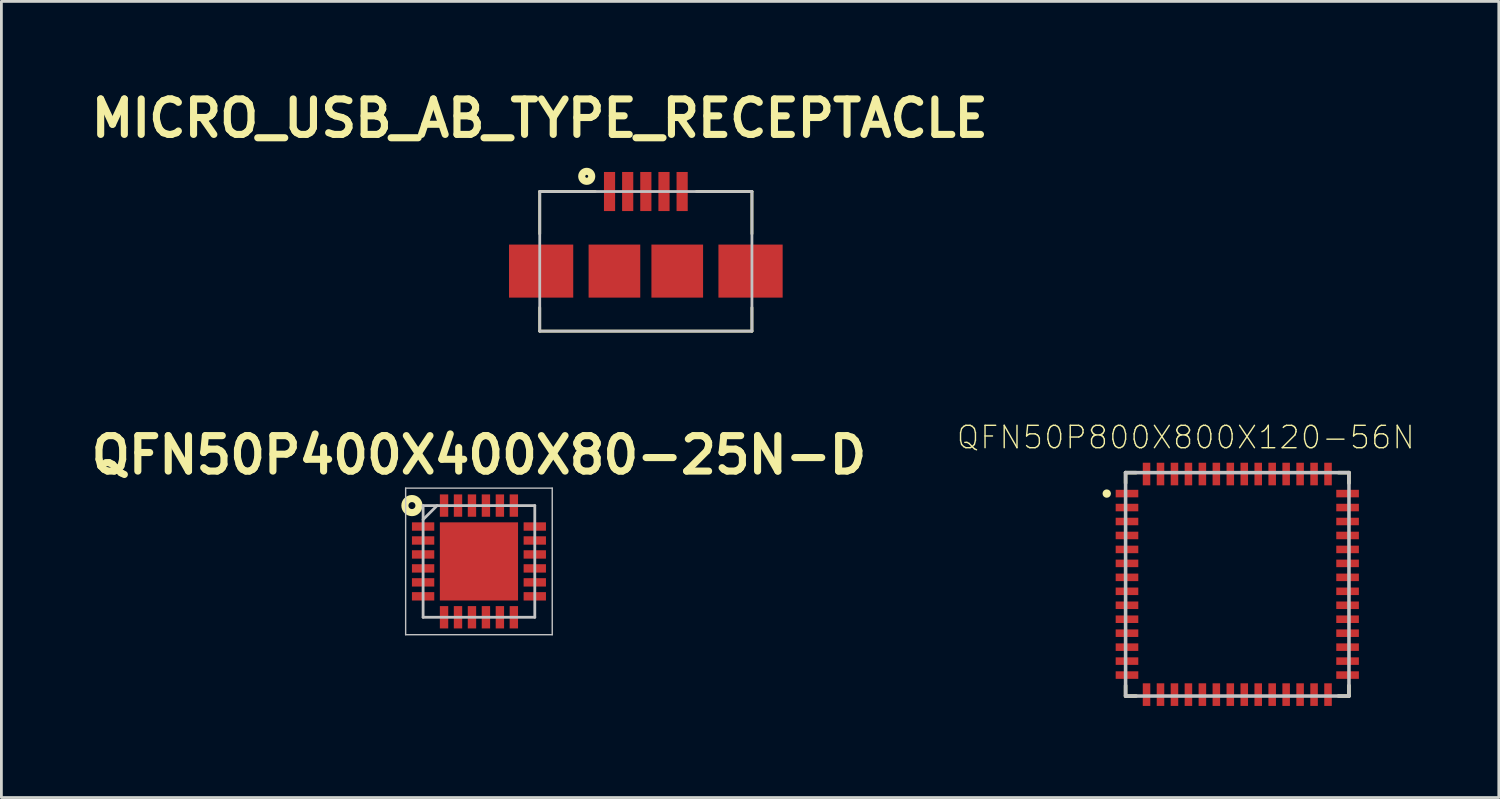
<source format=kicad_pcb>
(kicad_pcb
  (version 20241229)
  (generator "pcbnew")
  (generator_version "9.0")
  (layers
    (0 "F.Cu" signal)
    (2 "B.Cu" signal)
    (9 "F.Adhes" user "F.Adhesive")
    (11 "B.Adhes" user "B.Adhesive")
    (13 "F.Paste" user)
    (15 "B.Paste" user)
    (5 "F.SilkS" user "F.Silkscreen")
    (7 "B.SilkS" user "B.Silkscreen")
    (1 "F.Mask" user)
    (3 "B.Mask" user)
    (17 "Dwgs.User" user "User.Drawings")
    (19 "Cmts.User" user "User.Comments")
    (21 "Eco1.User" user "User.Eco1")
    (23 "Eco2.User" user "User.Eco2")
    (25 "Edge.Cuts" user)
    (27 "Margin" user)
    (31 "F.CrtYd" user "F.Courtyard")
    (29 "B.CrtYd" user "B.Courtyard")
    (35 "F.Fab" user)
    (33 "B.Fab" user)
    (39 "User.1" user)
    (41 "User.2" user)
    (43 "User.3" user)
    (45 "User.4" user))
  (footprint "MICRO_USB_AB_TYPE_RECEPTACLE"
    (layer "F.Cu")
    (at 16.28 8.809)
    (property "Reference" "MICRO_USB_AB_TYPE_RECEPTACLE" (at 0 -7.62 0) (layer "F.SilkS") (effects (font (size 1.27 1.27) (thickness 0.254))))
    (attr smd)
    (fp_line (start 0 -5) (end 0 -3.486) (stroke (width 0.1) (type solid)) (layer "F.SilkS"))
    (fp_line (start 0 -5) (end 1.988 -5) (stroke (width 0.1) (type solid)) (layer "F.SilkS"))
    (fp_line (start 0 0) (end 0 -0.842) (stroke (width 0.1) (type solid)) (layer "F.SilkS"))
    (fp_line (start 0 0) (end 7.6 0) (stroke (width 0.1) (type solid)) (layer "F.SilkS"))
    (fp_line (start 7.6 -5) (end 5.612 -5) (stroke (width 0.1) (type solid)) (layer "F.SilkS"))
    (fp_line (start 7.6 -5) (end 7.6 -3.486) (stroke (width 0.1) (type solid)) (layer "F.SilkS"))
    (fp_line (start 7.6 0) (end 7.6 -0.842) (stroke (width 0.1) (type solid)) (layer "F.SilkS"))
    (fp_circle (center 1.683 -5.544) (end 1.504 -5.544) (stroke (width 0.254) (type solid)) (fill no) (layer "F.SilkS"))
    (fp_line (start 0 -5) (end 7.6 -5) (stroke (width 0.1) (type solid)) (layer "Dwgs.User"))
    (fp_line (start 0 0) (end 0 -5) (stroke (width 0.1) (type solid)) (layer "Dwgs.User"))
    (fp_line (start 7.6 -5) (end 7.6 0) (stroke (width 0.1) (type solid)) (layer "Dwgs.User"))
    (fp_line (start 7.6 0) (end 0 0) (stroke (width 0.1) (type solid)) (layer "Dwgs.User"))
    (pad "1" smd rect (at 2.5 -5) (size 0.4 1.4) (layers "F.Cu" "F.Mask" "F.Paste"))
    (pad "2" smd rect (at 3.15 -5) (size 0.4 1.4) (layers "F.Cu" "F.Mask" "F.Paste"))
    (pad "3" smd rect (at 3.8 -5) (size 0.4 1.4) (layers "F.Cu" "F.Mask" "F.Paste"))
    (pad "4" smd rect (at 4.45 -5) (size 0.4 1.4) (layers "F.Cu" "F.Mask" "F.Paste"))
    (pad "5" smd rect (at 5.1 -5) (size 0.4 1.4) (layers "F.Cu" "F.Mask" "F.Paste"))
    (pad "6" smd rect (at 7.55 -2.15 90) (size 1.9 2.3) (layers "F.Cu" "F.Mask" "F.Paste"))
    (pad "7" smd rect (at 0.05 -2.15 90) (size 1.9 2.3) (layers "F.Cu" "F.Mask" "F.Paste"))
    (pad "8" smd rect (at 4.925 -2.15) (size 1.85 1.9) (layers "F.Cu" "F.Mask" "F.Paste"))
    (pad "9" smd rect (at 2.675 -2.15) (size 1.85 1.9) (layers "F.Cu" "F.Mask" "F.Paste")))
  (footprint "QFN50P400X400X80-25N-D"
    (layer "F.Cu")
    (at 14.103 17.057)
    (property "Reference" "QFN50P400X400X80-25N-D" (at 0 -3.81 0) (layer "F.SilkS") (effects (font (size 1.27 1.27) (thickness 0.254))))
    (attr smd)
    (fp_circle (center -2.4 -2) (end -2.275 -2) (stroke (width 0.254) (type solid)) (fill no) (layer "F.SilkS"))
    (fp_line (start -2.625 -2.625) (end 2.625 -2.625) (stroke (width 0.05) (type solid)) (layer "Dwgs.User"))
    (fp_line (start -2.625 2.625) (end -2.625 -2.625) (stroke (width 0.05) (type solid)) (layer "Dwgs.User"))
    (fp_line (start -2 -2) (end 2 -2) (stroke (width 0.1) (type solid)) (layer "Dwgs.User"))
    (fp_line (start -2 -1.5) (end -1.5 -2) (stroke (width 0.1) (type solid)) (layer "Dwgs.User"))
    (fp_line (start -2 2) (end -2 -2) (stroke (width 0.1) (type solid)) (layer "Dwgs.User"))
    (fp_line (start 2 -2) (end 2 2) (stroke (width 0.1) (type solid)) (layer "Dwgs.User"))
    (fp_line (start 2 2) (end -2 2) (stroke (width 0.1) (type solid)) (layer "Dwgs.User"))
    (fp_line (start 2.625 -2.625) (end 2.625 2.625) (stroke (width 0.05) (type solid)) (layer "Dwgs.User"))
    (fp_line (start 2.625 2.625) (end -2.625 2.625) (stroke (width 0.05) (type solid)) (layer "Dwgs.User"))
    (pad "1" smd rect (at -2 -1.25 90) (size 0.3 0.8) (layers "F.Cu" "F.Mask" "F.Paste"))
    (pad "2" smd rect (at -2 -0.75 90) (size 0.3 0.8) (layers "F.Cu" "F.Mask" "F.Paste"))
    (pad "3" smd rect (at -2 -0.25 90) (size 0.3 0.8) (layers "F.Cu" "F.Mask" "F.Paste"))
    (pad "4" smd rect (at -2 0.25 90) (size 0.3 0.8) (layers "F.Cu" "F.Mask" "F.Paste"))
    (pad "5" smd rect (at -2 0.75 90) (size 0.3 0.8) (layers "F.Cu" "F.Mask" "F.Paste"))
    (pad "6" smd rect (at -2 1.25 90) (size 0.3 0.8) (layers "F.Cu" "F.Mask" "F.Paste"))
    (pad "7" smd rect (at -1.25 2) (size 0.3 0.8) (layers "F.Cu" "F.Mask" "F.Paste"))
    (pad "8" smd rect (at -0.75 2) (size 0.3 0.8) (layers "F.Cu" "F.Mask" "F.Paste"))
    (pad "9" smd rect (at -0.25 2) (size 0.3 0.8) (layers "F.Cu" "F.Mask" "F.Paste"))
    (pad "10" smd rect (at 0.25 2) (size 0.3 0.8) (layers "F.Cu" "F.Mask" "F.Paste"))
    (pad "11" smd rect (at 0.75 2) (size 0.3 0.8) (layers "F.Cu" "F.Mask" "F.Paste"))
    (pad "12" smd rect (at 1.25 2) (size 0.3 0.8) (layers "F.Cu" "F.Mask" "F.Paste"))
    (pad "13" smd rect (at 2 1.25 90) (size 0.3 0.8) (layers "F.Cu" "F.Mask" "F.Paste"))
    (pad "14" smd rect (at 2 0.75 90) (size 0.3 0.8) (layers "F.Cu" "F.Mask" "F.Paste"))
    (pad "15" smd rect (at 2 0.25 90) (size 0.3 0.8) (layers "F.Cu" "F.Mask" "F.Paste"))
    (pad "16" smd rect (at 2 -0.25 90) (size 0.3 0.8) (layers "F.Cu" "F.Mask" "F.Paste"))
    (pad "17" smd rect (at 2 -0.75 90) (size 0.3 0.8) (layers "F.Cu" "F.Mask" "F.Paste"))
    (pad "18" smd rect (at 2 -1.25 90) (size 0.3 0.8) (layers "F.Cu" "F.Mask" "F.Paste"))
    (pad "19" smd rect (at 1.25 -2) (size 0.3 0.8) (layers "F.Cu" "F.Mask" "F.Paste"))
    (pad "20" smd rect (at 0.75 -2) (size 0.3 0.8) (layers "F.Cu" "F.Mask" "F.Paste"))
    (pad "21" smd rect (at 0.25 -2) (size 0.3 0.8) (layers "F.Cu" "F.Mask" "F.Paste"))
    (pad "22" smd rect (at -0.25 -2) (size 0.3 0.8) (layers "F.Cu" "F.Mask" "F.Paste"))
    (pad "23" smd rect (at -0.75 -2) (size 0.3 0.8) (layers "F.Cu" "F.Mask" "F.Paste"))
    (pad "24" smd rect (at -1.25 -2) (size 0.3 0.8) (layers "F.Cu" "F.Mask" "F.Paste"))
    (pad "25" smd rect (at 0 0) (size 2.8 2.8) (layers "F.Cu" "F.Mask" "F.Paste")))
  (footprint "QFN50P800X800X120-56N"
    (layer "F.Cu")
    (at 41.262 17.877)
    (property "Reference" "QFN50P800X800X120-56N" (at -1.844 -5.262 0) (layer "F.SilkS") (effects (font (size 0.801 0.801) (thickness 0.05))))
    (attr smd)
    (fp_line (start -4 -4) (end -3.625 -4) (stroke (width 0.127) (type solid)) (layer "F.SilkS"))
    (fp_line (start -4 -3.625) (end -4 -4) (stroke (width 0.127) (type solid)) (layer "F.SilkS"))
    (fp_line (start -4 3.625) (end -4 4) (stroke (width 0.127) (type solid)) (layer "F.SilkS"))
    (fp_line (start -4 4) (end -3.625 4) (stroke (width 0.127) (type solid)) (layer "F.SilkS"))
    (fp_line (start 3.625 -4) (end 4 -4) (stroke (width 0.127) (type solid)) (layer "F.SilkS"))
    (fp_line (start 3.625 4) (end 4 4) (stroke (width 0.127) (type solid)) (layer "F.SilkS"))
    (fp_line (start 4 -4) (end 4 -3.625) (stroke (width 0.127) (type solid)) (layer "F.SilkS"))
    (fp_line (start 4 4) (end 4 3.625) (stroke (width 0.127) (type solid)) (layer "F.SilkS"))
    (fp_circle (center -4.675 -3.25) (end -4.6 -3.25) (stroke (width 0.15) (type solid)) (fill no) (layer "F.SilkS"))
    (fp_line (start -4 -4) (end 4 -4) (stroke (width 0.127) (type solid)) (layer "Dwgs.User"))
    (fp_line (start -4 4) (end -4 -4) (stroke (width 0.127) (type solid)) (layer "Dwgs.User"))
    (fp_line (start 4 -4) (end 4 4) (stroke (width 0.127) (type solid)) (layer "Dwgs.User"))
    (fp_line (start 4 4) (end -4 4) (stroke (width 0.127) (type solid)) (layer "Dwgs.User"))
    (fp_line (start -4.61 -3.64) (end -4.61 3.64) (stroke (width 0.05) (type solid)) (layer "Eco1.User"))
    (fp_line (start -4.61 3.64) (end -4.25 3.64) (stroke (width 0.05) (type solid)) (layer "Eco1.User"))
    (fp_line (start -4.25 -4.25) (end -4.25 -3.64) (stroke (width 0.05) (type solid)) (layer "Eco1.User"))
    (fp_line (start -4.25 -3.64) (end -4.61 -3.64) (stroke (width 0.05) (type solid)) (layer "Eco1.User"))
    (fp_line (start -4.25 3.64) (end -4.25 4.25) (stroke (width 0.05) (type solid)) (layer "Eco1.User"))
    (fp_line (start -4.25 4.25) (end -3.64 4.25) (stroke (width 0.05) (type solid)) (layer "Eco1.User"))
    (fp_line (start -3.64 -4.61) (end -3.64 -4.25) (stroke (width 0.05) (type solid)) (layer "Eco1.User"))
    (fp_line (start -3.64 -4.25) (end -4.25 -4.25) (stroke (width 0.05) (type solid)) (layer "Eco1.User"))
    (fp_line (start -3.64 4.25) (end -3.64 4.61) (stroke (width 0.05) (type solid)) (layer "Eco1.User"))
    (fp_line (start -3.64 4.61) (end 3.64 4.61) (stroke (width 0.05) (type solid)) (layer "Eco1.User"))
    (fp_line (start 3.64 -4.61) (end -3.64 -4.61) (stroke (width 0.05) (type solid)) (layer "Eco1.User"))
    (fp_line (start 3.64 -4.25) (end 3.64 -4.61) (stroke (width 0.05) (type solid)) (layer "Eco1.User"))
    (fp_line (start 3.64 4.25) (end 4.25 4.25) (stroke (width 0.05) (type solid)) (layer "Eco1.User"))
    (fp_line (start 3.64 4.61) (end 3.64 4.25) (stroke (width 0.05) (type solid)) (layer "Eco1.User"))
    (fp_line (start 4.25 -4.25) (end 3.64 -4.25) (stroke (width 0.05) (type solid)) (layer "Eco1.User"))
    (fp_line (start 4.25 -3.64) (end 4.25 -4.25) (stroke (width 0.05) (type solid)) (layer "Eco1.User"))
    (fp_line (start 4.25 3.64) (end 4.61 3.64) (stroke (width 0.05) (type solid)) (layer "Eco1.User"))
    (fp_line (start 4.25 4.25) (end 4.25 3.64) (stroke (width 0.05) (type solid)) (layer "Eco1.User"))
    (fp_line (start 4.61 -3.64) (end 4.25 -3.64) (stroke (width 0.05) (type solid)) (layer "Eco1.User"))
    (fp_line (start 4.61 3.64) (end 4.61 -3.64) (stroke (width 0.05) (type solid)) (layer "Eco1.User"))
    (pad "1" smd rect (at -3.95 -3.25) (size 0.81 0.27) (layers "F.Cu" "F.Mask" "F.Paste"))
    (pad "2" smd rect (at -3.95 -2.75) (size 0.81 0.27) (layers "F.Cu" "F.Mask" "F.Paste"))
    (pad "3" smd rect (at -3.95 -2.25) (size 0.81 0.27) (layers "F.Cu" "F.Mask" "F.Paste"))
    (pad "4" smd rect (at -3.95 -1.75) (size 0.81 0.27) (layers "F.Cu" "F.Mask" "F.Paste"))
    (pad "5" smd rect (at -3.95 -1.25) (size 0.81 0.27) (layers "F.Cu" "F.Mask" "F.Paste"))
    (pad "6" smd rect (at -3.95 -0.75) (size 0.81 0.27) (layers "F.Cu" "F.Mask" "F.Paste"))
    (pad "7" smd rect (at -3.95 -0.25) (size 0.81 0.27) (layers "F.Cu" "F.Mask" "F.Paste"))
    (pad "8" smd rect (at -3.95 0.25) (size 0.81 0.27) (layers "F.Cu" "F.Mask" "F.Paste"))
    (pad "9" smd rect (at -3.95 0.75) (size 0.81 0.27) (layers "F.Cu" "F.Mask" "F.Paste"))
    (pad "10" smd rect (at -3.95 1.25) (size 0.81 0.27) (layers "F.Cu" "F.Mask" "F.Paste"))
    (pad "11" smd rect (at -3.95 1.75) (size 0.81 0.27) (layers "F.Cu" "F.Mask" "F.Paste"))
    (pad "12" smd rect (at -3.95 2.25) (size 0.81 0.27) (layers "F.Cu" "F.Mask" "F.Paste"))
    (pad "13" smd rect (at -3.95 2.75) (size 0.81 0.27) (layers "F.Cu" "F.Mask" "F.Paste"))
    (pad "14" smd rect (at -3.95 3.25) (size 0.81 0.27) (layers "F.Cu" "F.Mask" "F.Paste"))
    (pad "15" smd rect (at -3.25 3.95 90) (size 0.81 0.27) (layers "F.Cu" "F.Mask" "F.Paste"))
    (pad "16" smd rect (at -2.75 3.95 90) (size 0.81 0.27) (layers "F.Cu" "F.Mask" "F.Paste"))
    (pad "17" smd rect (at -2.25 3.95 90) (size 0.81 0.27) (layers "F.Cu" "F.Mask" "F.Paste"))
    (pad "18" smd rect (at -1.75 3.95 90) (size 0.81 0.27) (layers "F.Cu" "F.Mask" "F.Paste"))
    (pad "19" smd rect (at -1.25 3.95 90) (size 0.81 0.27) (layers "F.Cu" "F.Mask" "F.Paste"))
    (pad "20" smd rect (at -0.75 3.95 90) (size 0.81 0.27) (layers "F.Cu" "F.Mask" "F.Paste"))
    (pad "21" smd rect (at -0.25 3.95 90) (size 0.81 0.27) (layers "F.Cu" "F.Mask" "F.Paste"))
    (pad "22" smd rect (at 0.25 3.95 90) (size 0.81 0.27) (layers "F.Cu" "F.Mask" "F.Paste"))
    (pad "23" smd rect (at 0.75 3.95 90) (size 0.81 0.27) (layers "F.Cu" "F.Mask" "F.Paste"))
    (pad "24" smd rect (at 1.25 3.95 90) (size 0.81 0.27) (layers "F.Cu" "F.Mask" "F.Paste"))
    (pad "25" smd rect (at 1.75 3.95 90) (size 0.81 0.27) (layers "F.Cu" "F.Mask" "F.Paste"))
    (pad "26" smd rect (at 2.25 3.95 90) (size 0.81 0.27) (layers "F.Cu" "F.Mask" "F.Paste"))
    (pad "27" smd rect (at 2.75 3.95 90) (size 0.81 0.27) (layers "F.Cu" "F.Mask" "F.Paste"))
    (pad "28" smd rect (at 3.25 3.95 90) (size 0.81 0.27) (layers "F.Cu" "F.Mask" "F.Paste"))
    (pad "29" smd rect (at 3.95 3.25 180) (size 0.81 0.27) (layers "F.Cu" "F.Mask" "F.Paste"))
    (pad "30" smd rect (at 3.95 2.75 180) (size 0.81 0.27) (layers "F.Cu" "F.Mask" "F.Paste"))
    (pad "31" smd rect (at 3.95 2.25 180) (size 0.81 0.27) (layers "F.Cu" "F.Mask" "F.Paste"))
    (pad "32" smd rect (at 3.95 1.75 180) (size 0.81 0.27) (layers "F.Cu" "F.Mask" "F.Paste"))
    (pad "33" smd rect (at 3.95 1.25 180) (size 0.81 0.27) (layers "F.Cu" "F.Mask" "F.Paste"))
    (pad "34" smd rect (at 3.95 0.75 180) (size 0.81 0.27) (layers "F.Cu" "F.Mask" "F.Paste"))
    (pad "35" smd rect (at 3.95 0.25 180) (size 0.81 0.27) (layers "F.Cu" "F.Mask" "F.Paste"))
    (pad "36" smd rect (at 3.95 -0.25 180) (size 0.81 0.27) (layers "F.Cu" "F.Mask" "F.Paste"))
    (pad "37" smd rect (at 3.95 -0.75 180) (size 0.81 0.27) (layers "F.Cu" "F.Mask" "F.Paste"))
    (pad "38" smd rect (at 3.95 -1.25 180) (size 0.81 0.27) (layers "F.Cu" "F.Mask" "F.Paste"))
    (pad "39" smd rect (at 3.95 -1.75 180) (size 0.81 0.27) (layers "F.Cu" "F.Mask" "F.Paste"))
    (pad "40" smd rect (at 3.95 -2.25 180) (size 0.81 0.27) (layers "F.Cu" "F.Mask" "F.Paste"))
    (pad "41" smd rect (at 3.95 -2.75 180) (size 0.81 0.27) (layers "F.Cu" "F.Mask" "F.Paste"))
    (pad "42" smd rect (at 3.95 -3.25 180) (size 0.81 0.27) (layers "F.Cu" "F.Mask" "F.Paste"))
    (pad "43" smd rect (at 3.25 -3.95 270) (size 0.81 0.27) (layers "F.Cu" "F.Mask" "F.Paste"))
    (pad "44" smd rect (at 2.75 -3.95 270) (size 0.81 0.27) (layers "F.Cu" "F.Mask" "F.Paste"))
    (pad "45" smd rect (at 2.25 -3.95 270) (size 0.81 0.27) (layers "F.Cu" "F.Mask" "F.Paste"))
    (pad "46" smd rect (at 1.75 -3.95 270) (size 0.81 0.27) (layers "F.Cu" "F.Mask" "F.Paste"))
    (pad "47" smd rect (at 1.25 -3.95 270) (size 0.81 0.27) (layers "F.Cu" "F.Mask" "F.Paste"))
    (pad "48" smd rect (at 0.75 -3.95 270) (size 0.81 0.27) (layers "F.Cu" "F.Mask" "F.Paste"))
    (pad "49" smd rect (at 0.25 -3.95 270) (size 0.81 0.27) (layers "F.Cu" "F.Mask" "F.Paste"))
    (pad "50" smd rect (at -0.25 -3.95 270) (size 0.81 0.27) (layers "F.Cu" "F.Mask" "F.Paste"))
    (pad "51" smd rect (at -0.75 -3.95 270) (size 0.81 0.27) (layers "F.Cu" "F.Mask" "F.Paste"))
    (pad "52" smd rect (at -1.25 -3.95 270) (size 0.81 0.27) (layers "F.Cu" "F.Mask" "F.Paste"))
    (pad "53" smd rect (at -1.75 -3.95 270) (size 0.81 0.27) (layers "F.Cu" "F.Mask" "F.Paste"))
    (pad "54" smd rect (at -2.25 -3.95 270) (size 0.81 0.27) (layers "F.Cu" "F.Mask" "F.Paste"))
    (pad "55" smd rect (at -2.75 -3.95 270) (size 0.81 0.27) (layers "F.Cu" "F.Mask" "F.Paste"))
    (pad "56" smd rect (at -3.25 -3.95 270) (size 0.81 0.27) (layers "F.Cu" "F.Mask" "F.Paste")))
  (gr_rect
    (start -3 -3)
    (end 50.628 25.512)
    (stroke (width 0.1) (type default))
    (fill no)
    (layer "Edge.Cuts")))
</source>
